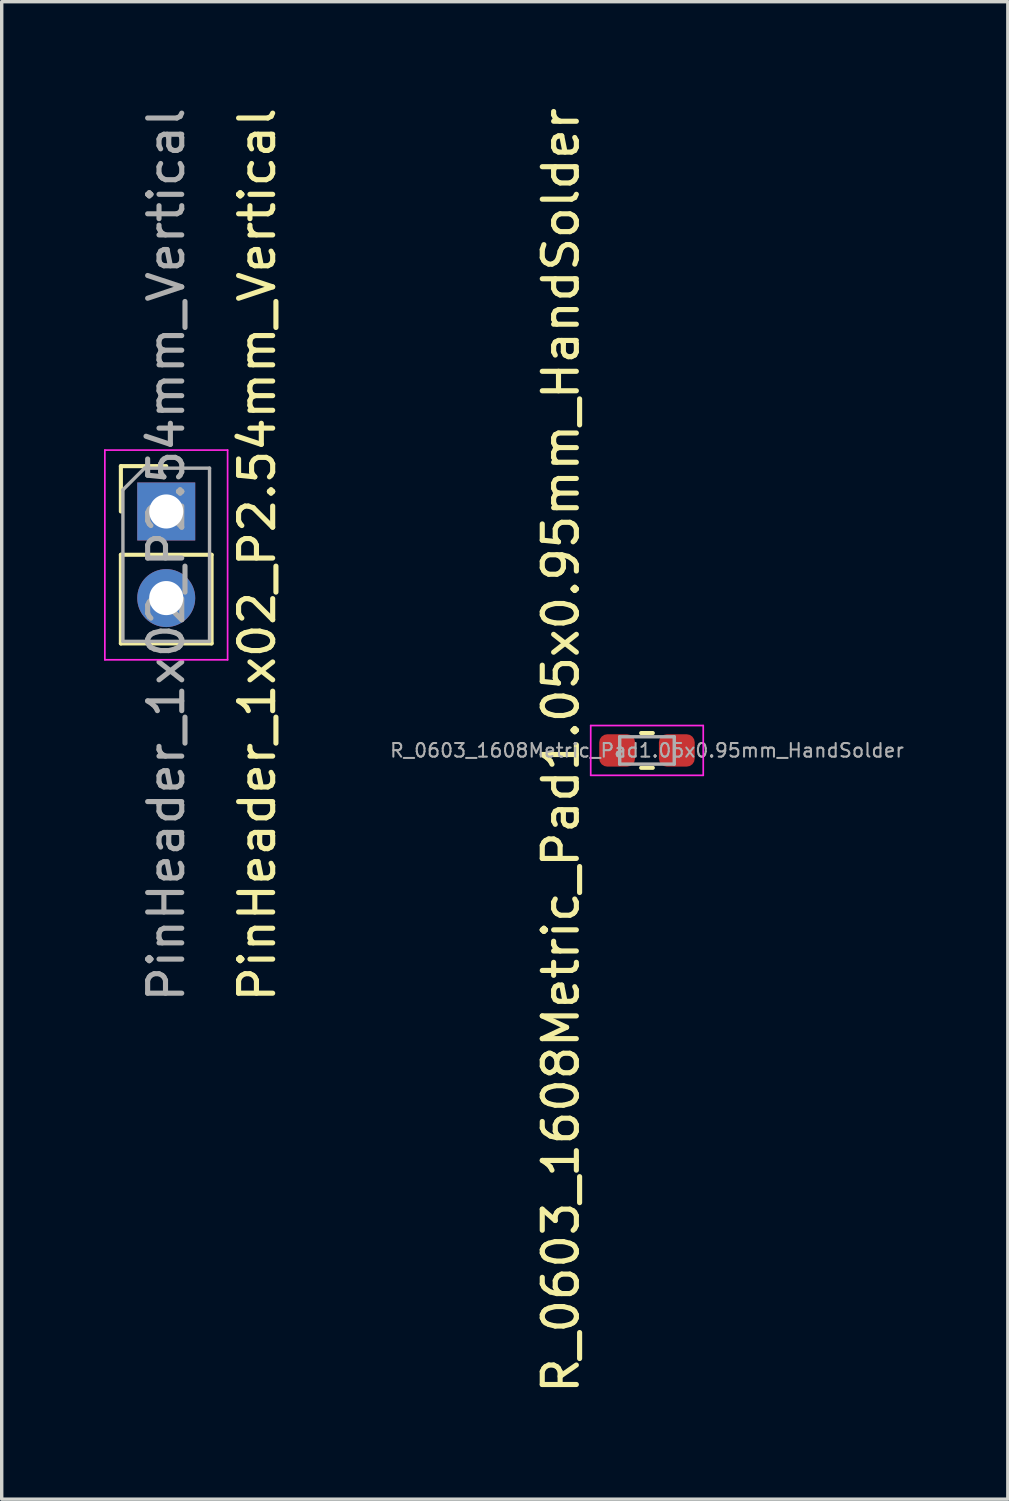
<source format=kicad_pcb>
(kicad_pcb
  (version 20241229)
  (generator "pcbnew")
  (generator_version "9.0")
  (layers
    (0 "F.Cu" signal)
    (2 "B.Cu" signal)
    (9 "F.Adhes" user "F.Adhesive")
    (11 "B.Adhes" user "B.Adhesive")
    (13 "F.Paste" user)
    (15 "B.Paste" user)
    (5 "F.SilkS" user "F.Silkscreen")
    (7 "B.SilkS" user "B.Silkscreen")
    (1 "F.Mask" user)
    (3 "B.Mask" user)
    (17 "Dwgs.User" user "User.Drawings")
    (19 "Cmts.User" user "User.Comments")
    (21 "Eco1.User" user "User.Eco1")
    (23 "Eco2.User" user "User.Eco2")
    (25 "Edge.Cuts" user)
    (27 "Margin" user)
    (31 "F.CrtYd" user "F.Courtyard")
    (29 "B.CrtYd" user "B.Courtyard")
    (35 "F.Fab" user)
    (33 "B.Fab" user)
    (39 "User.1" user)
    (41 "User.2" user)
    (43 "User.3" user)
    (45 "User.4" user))
  (footprint "R_0603_1608Metric_Pad1.05x0.95mm_HandSolder"
    (layer "F.Cu")
    (at 15.924 18.958)
    (property "Reference" "R_0603_1608Metric_Pad1.05x0.95mm_HandSolder" (at -2.526 0 90) (layer "F.SilkS") (effects (font (size 1 1) (thickness 0.15))))
    (attr smd)
    (fp_line (start -0.171 -0.51) (end 0.171 -0.51) (stroke (width 0.12) (type solid)) (layer "F.SilkS"))
    (fp_line (start -0.171 0.51) (end 0.171 0.51) (stroke (width 0.12) (type solid)) (layer "F.SilkS"))
    (fp_line (start -1.65 -0.73) (end 1.65 -0.73) (stroke (width 0.05) (type solid)) (layer "F.CrtYd"))
    (fp_line (start -1.65 0.73) (end -1.65 -0.73) (stroke (width 0.05) (type solid)) (layer "F.CrtYd"))
    (fp_line (start 1.65 -0.73) (end 1.65 0.73) (stroke (width 0.05) (type solid)) (layer "F.CrtYd"))
    (fp_line (start 1.65 0.73) (end -1.65 0.73) (stroke (width 0.05) (type solid)) (layer "F.CrtYd"))
    (fp_line (start -0.8 -0.4) (end 0.8 -0.4) (stroke (width 0.1) (type solid)) (layer "F.Fab"))
    (fp_line (start -0.8 0.4) (end -0.8 -0.4) (stroke (width 0.1) (type solid)) (layer "F.Fab"))
    (fp_line (start 0.8 -0.4) (end 0.8 0.4) (stroke (width 0.1) (type solid)) (layer "F.Fab"))
    (fp_line (start 0.8 0.4) (end -0.8 0.4) (stroke (width 0.1) (type solid)) (layer "F.Fab"))
    (fp_text user "${REFERENCE}" (at 0 0 0) (layer "F.Fab") (effects (font (size 0.4 0.4) (thickness 0.06))))
    (pad "1" smd roundrect (at -0.875 0) (size 1.05 0.95) (layers "F.Cu" "F.Mask" "F.Paste") (roundrect_rratio 0.25))
    (pad "2" smd roundrect (at 0.875 0) (size 1.05 0.95) (layers "F.Cu" "F.Mask" "F.Paste") (roundrect_rratio 0.25)))
  (footprint "PinHeader_1x02_P2.54mm_Vertical"
    (layer "F.Cu")
    (at 1.825 11.95)
    (property "Reference" "PinHeader_1x02_P2.54mm_Vertical" (at 2.667 1.27 90) (layer "F.SilkS") (effects (font (size 1 1) (thickness 0.15))))
    (attr through_hole)
    (fp_line (start -1.33 -1.33) (end 0 -1.33) (stroke (width 0.12) (type solid)) (layer "F.SilkS"))
    (fp_line (start -1.33 0) (end -1.33 -1.33) (stroke (width 0.12) (type solid)) (layer "F.SilkS"))
    (fp_line (start -1.33 1.27) (end -1.33 3.87) (stroke (width 0.12) (type solid)) (layer "F.SilkS"))
    (fp_line (start -1.33 1.27) (end 1.33 1.27) (stroke (width 0.12) (type solid)) (layer "F.SilkS"))
    (fp_line (start -1.33 3.87) (end 1.33 3.87) (stroke (width 0.12) (type solid)) (layer "F.SilkS"))
    (fp_line (start 1.33 1.27) (end 1.33 3.87) (stroke (width 0.12) (type solid)) (layer "F.SilkS"))
    (fp_line (start -1.8 -1.8) (end -1.8 4.35) (stroke (width 0.05) (type solid)) (layer "F.CrtYd"))
    (fp_line (start -1.8 4.35) (end 1.8 4.35) (stroke (width 0.05) (type solid)) (layer "F.CrtYd"))
    (fp_line (start 1.8 -1.8) (end -1.8 -1.8) (stroke (width 0.05) (type solid)) (layer "F.CrtYd"))
    (fp_line (start 1.8 4.35) (end 1.8 -1.8) (stroke (width 0.05) (type solid)) (layer "F.CrtYd"))
    (fp_line (start -1.27 -0.635) (end -0.635 -1.27) (stroke (width 0.1) (type solid)) (layer "F.Fab"))
    (fp_line (start -1.27 3.81) (end -1.27 -0.635) (stroke (width 0.1) (type solid)) (layer "F.Fab"))
    (fp_line (start -0.635 -1.27) (end 1.27 -1.27) (stroke (width 0.1) (type solid)) (layer "F.Fab"))
    (fp_line (start 1.27 -1.27) (end 1.27 3.81) (stroke (width 0.1) (type solid)) (layer "F.Fab"))
    (fp_line (start 1.27 3.81) (end -1.27 3.81) (stroke (width 0.1) (type solid)) (layer "F.Fab"))
    (fp_text user "${REFERENCE}" (at 0 1.27 90) (layer "F.Fab") (effects (font (size 1 1) (thickness 0.15))))
    (pad "1" thru_hole rect (at 0 0) (size 1.7 1.7) (drill 1) (layers "*.Cu" "*.Mask"))
    (pad "2" thru_hole oval (at 0 2.54) (size 1.7 1.7) (drill 1) (layers "*.Cu" "*.Mask")))
  (gr_rect
    (start -3 -3)
    (end 26.507 40.917)
    (stroke (width 0.1) (type default))
    (fill no)
    (layer "Edge.Cuts")))
</source>
